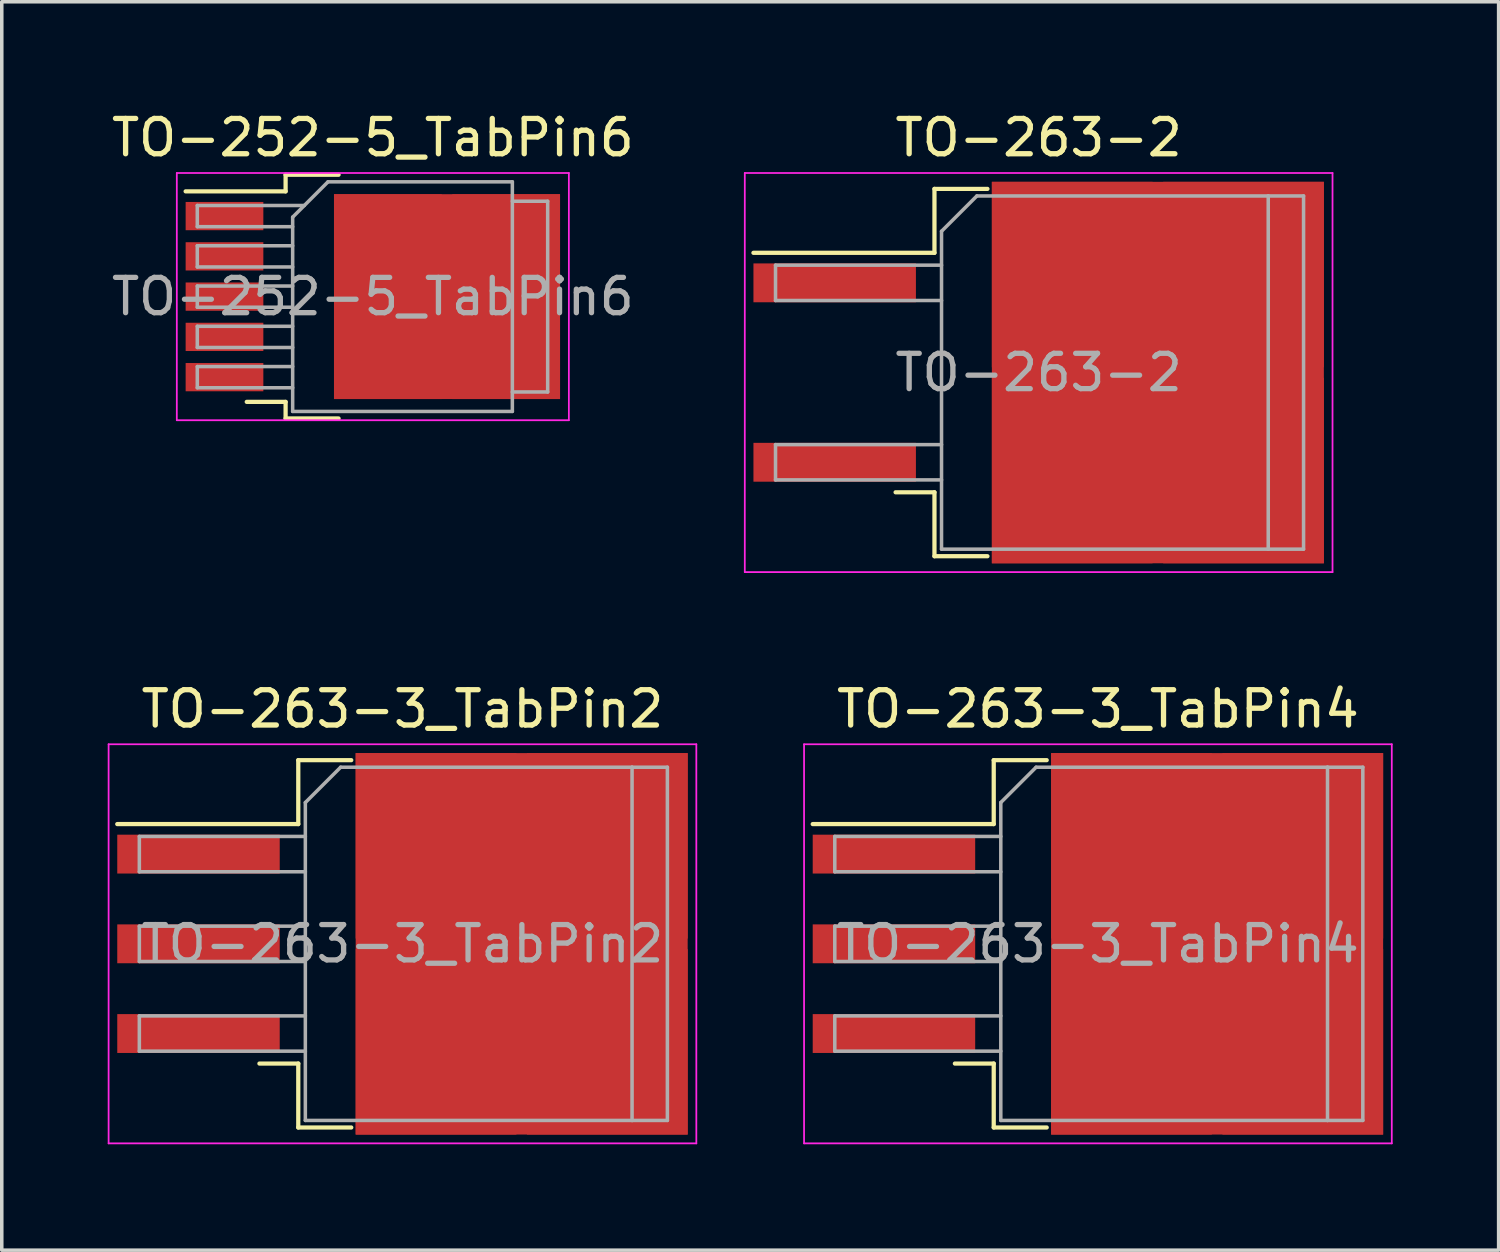
<source format=kicad_pcb>
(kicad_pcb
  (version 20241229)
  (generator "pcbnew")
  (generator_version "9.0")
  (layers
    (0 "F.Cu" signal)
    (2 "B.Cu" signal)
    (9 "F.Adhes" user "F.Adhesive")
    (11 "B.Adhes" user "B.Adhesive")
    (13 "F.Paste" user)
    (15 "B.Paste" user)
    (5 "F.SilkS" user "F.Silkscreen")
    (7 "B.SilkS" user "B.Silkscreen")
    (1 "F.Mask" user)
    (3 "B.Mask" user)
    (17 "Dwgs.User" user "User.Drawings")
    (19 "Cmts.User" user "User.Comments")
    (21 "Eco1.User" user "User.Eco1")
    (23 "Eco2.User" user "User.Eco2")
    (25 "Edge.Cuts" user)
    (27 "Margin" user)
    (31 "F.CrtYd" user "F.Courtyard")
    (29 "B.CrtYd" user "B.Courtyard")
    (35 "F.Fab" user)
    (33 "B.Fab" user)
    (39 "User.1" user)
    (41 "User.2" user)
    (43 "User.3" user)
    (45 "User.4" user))
  (footprint "TO-252-5_TabPin6"
    (layer "F.Cu")
    (at 7.506 5.348)
    (property "Reference" "TO-252-5_TabPin6" (at 0 -4.5 0) (layer "F.SilkS") (effects (font (size 1 1) (thickness 0.15))))
    (attr smd)
    (fp_line (start -2.47 -3.45) (end -2.47 -2.98) (stroke (width 0.12) (type solid)) (layer "F.SilkS"))
    (fp_line (start -2.47 -2.98) (end -5.3 -2.98) (stroke (width 0.12) (type solid)) (layer "F.SilkS"))
    (fp_line (start -2.47 2.98) (end -3.57 2.98) (stroke (width 0.12) (type solid)) (layer "F.SilkS"))
    (fp_line (start -2.47 3.45) (end -2.47 2.98) (stroke (width 0.12) (type solid)) (layer "F.SilkS"))
    (fp_line (start -0.97 -3.45) (end -2.47 -3.45) (stroke (width 0.12) (type solid)) (layer "F.SilkS"))
    (fp_line (start -0.97 3.45) (end -2.47 3.45) (stroke (width 0.12) (type solid)) (layer "F.SilkS"))
    (fp_line (start -5.55 -3.5) (end -5.55 3.5) (stroke (width 0.05) (type solid)) (layer "F.CrtYd"))
    (fp_line (start -5.55 3.5) (end 5.55 3.5) (stroke (width 0.05) (type solid)) (layer "F.CrtYd"))
    (fp_line (start 5.55 -3.5) (end -5.55 -3.5) (stroke (width 0.05) (type solid)) (layer "F.CrtYd"))
    (fp_line (start 5.55 3.5) (end 5.55 -3.5) (stroke (width 0.05) (type solid)) (layer "F.CrtYd"))
    (fp_line (start -4.97 -2.58) (end -4.97 -1.98) (stroke (width 0.1) (type solid)) (layer "F.Fab"))
    (fp_line (start -4.97 -1.98) (end -2.27 -1.98) (stroke (width 0.1) (type solid)) (layer "F.Fab"))
    (fp_line (start -4.97 -1.44) (end -4.97 -0.84) (stroke (width 0.1) (type solid)) (layer "F.Fab"))
    (fp_line (start -4.97 -0.84) (end -2.27 -0.84) (stroke (width 0.1) (type solid)) (layer "F.Fab"))
    (fp_line (start -4.97 -0.3) (end -4.97 0.3) (stroke (width 0.1) (type solid)) (layer "F.Fab"))
    (fp_line (start -4.97 0.3) (end -2.27 0.3) (stroke (width 0.1) (type solid)) (layer "F.Fab"))
    (fp_line (start -4.97 0.84) (end -4.97 1.44) (stroke (width 0.1) (type solid)) (layer "F.Fab"))
    (fp_line (start -4.97 1.44) (end -2.27 1.44) (stroke (width 0.1) (type solid)) (layer "F.Fab"))
    (fp_line (start -4.97 1.98) (end -4.97 2.58) (stroke (width 0.1) (type solid)) (layer "F.Fab"))
    (fp_line (start -4.97 2.58) (end -2.27 2.58) (stroke (width 0.1) (type solid)) (layer "F.Fab"))
    (fp_line (start -2.27 -2.25) (end -1.27 -3.25) (stroke (width 0.1) (type solid)) (layer "F.Fab"))
    (fp_line (start -2.27 -1.44) (end -4.97 -1.44) (stroke (width 0.1) (type solid)) (layer "F.Fab"))
    (fp_line (start -2.27 -0.3) (end -4.97 -0.3) (stroke (width 0.1) (type solid)) (layer "F.Fab"))
    (fp_line (start -2.27 0.84) (end -4.97 0.84) (stroke (width 0.1) (type solid)) (layer "F.Fab"))
    (fp_line (start -2.27 1.98) (end -4.97 1.98) (stroke (width 0.1) (type solid)) (layer "F.Fab"))
    (fp_line (start -2.27 3.25) (end -2.27 -2.25) (stroke (width 0.1) (type solid)) (layer "F.Fab"))
    (fp_line (start -1.94 -2.58) (end -4.97 -2.58) (stroke (width 0.1) (type solid)) (layer "F.Fab"))
    (fp_line (start -1.27 -3.25) (end 3.95 -3.25) (stroke (width 0.1) (type solid)) (layer "F.Fab"))
    (fp_line (start 3.95 -3.25) (end 3.95 3.25) (stroke (width 0.1) (type solid)) (layer "F.Fab"))
    (fp_line (start 3.95 -2.7) (end 4.95 -2.7) (stroke (width 0.1) (type solid)) (layer "F.Fab"))
    (fp_line (start 3.95 3.25) (end -2.27 3.25) (stroke (width 0.1) (type solid)) (layer "F.Fab"))
    (fp_line (start 4.95 -2.7) (end 4.95 2.7) (stroke (width 0.1) (type solid)) (layer "F.Fab"))
    (fp_line (start 4.95 2.7) (end 3.95 2.7) (stroke (width 0.1) (type solid)) (layer "F.Fab"))
    (fp_text user "${REFERENCE}" (at 0 0 0) (layer "F.Fab") (effects (font (size 1 1) (thickness 0.15))))
    (pad "1" smd rect (at -4.2 -2.28) (size 2.2 0.8) (layers "F.Cu" "F.Mask" "F.Paste"))
    (pad "2" smd rect (at -4.2 -1.14) (size 2.2 0.8) (layers "F.Cu" "F.Mask" "F.Paste"))
    (pad "3" smd rect (at -4.2 0) (size 2.2 0.8) (layers "F.Cu" "F.Mask" "F.Paste"))
    (pad "4" smd rect (at -4.2 1.14) (size 2.2 0.8) (layers "F.Cu" "F.Mask" "F.Paste"))
    (pad "5" smd rect (at -4.2 2.28) (size 2.2 0.8) (layers "F.Cu" "F.Mask" "F.Paste"))
    (pad "6" smd rect (at 0.425 -1.525) (size 3.05 2.75) (layers "F.Cu" "F.Paste"))
    (pad "6" smd rect (at 0.425 1.525) (size 3.05 2.75) (layers "F.Cu" "F.Paste"))
    (pad "6" smd rect (at 2.1 0) (size 6.4 5.8) (layers "F.Cu" "F.Mask"))
    (pad "6" smd rect (at 3.775 -1.525) (size 3.05 2.75) (layers "F.Cu" "F.Paste"))
    (pad "6" smd rect (at 3.775 1.525) (size 3.05 2.75) (layers "F.Cu" "F.Paste")))
  (footprint "TO-263-3_TabPin2"
    (layer "F.Cu")
    (at 8.345 23.672)
    (property "Reference" "TO-263-3_TabPin2" (at 0 -6.65 0) (layer "F.SilkS") (effects (font (size 1 1) (thickness 0.15))))
    (attr smd)
    (fp_line (start -2.95 -5.2) (end -2.95 -3.39) (stroke (width 0.12) (type solid)) (layer "F.SilkS"))
    (fp_line (start -2.95 -3.39) (end -8.075 -3.39) (stroke (width 0.12) (type solid)) (layer "F.SilkS"))
    (fp_line (start -2.95 3.39) (end -4.05 3.39) (stroke (width 0.12) (type solid)) (layer "F.SilkS"))
    (fp_line (start -2.95 5.2) (end -2.95 3.39) (stroke (width 0.12) (type solid)) (layer "F.SilkS"))
    (fp_line (start -1.45 -5.2) (end -2.95 -5.2) (stroke (width 0.12) (type solid)) (layer "F.SilkS"))
    (fp_line (start -1.45 5.2) (end -2.95 5.2) (stroke (width 0.12) (type solid)) (layer "F.SilkS"))
    (fp_line (start -8.32 -5.65) (end -8.32 5.65) (stroke (width 0.05) (type solid)) (layer "F.CrtYd"))
    (fp_line (start -8.32 5.65) (end 8.32 5.65) (stroke (width 0.05) (type solid)) (layer "F.CrtYd"))
    (fp_line (start 8.32 -5.65) (end -8.32 -5.65) (stroke (width 0.05) (type solid)) (layer "F.CrtYd"))
    (fp_line (start 8.32 5.65) (end 8.32 -5.65) (stroke (width 0.05) (type solid)) (layer "F.CrtYd"))
    (fp_line (start -7.45 -3.04) (end -7.45 -2.04) (stroke (width 0.1) (type solid)) (layer "F.Fab"))
    (fp_line (start -7.45 -2.04) (end -2.75 -2.04) (stroke (width 0.1) (type solid)) (layer "F.Fab"))
    (fp_line (start -7.45 -0.5) (end -7.45 0.5) (stroke (width 0.1) (type solid)) (layer "F.Fab"))
    (fp_line (start -7.45 0.5) (end -2.75 0.5) (stroke (width 0.1) (type solid)) (layer "F.Fab"))
    (fp_line (start -7.45 2.04) (end -7.45 3.04) (stroke (width 0.1) (type solid)) (layer "F.Fab"))
    (fp_line (start -7.45 3.04) (end -2.75 3.04) (stroke (width 0.1) (type solid)) (layer "F.Fab"))
    (fp_line (start -2.75 -4) (end -1.75 -5) (stroke (width 0.1) (type solid)) (layer "F.Fab"))
    (fp_line (start -2.75 -3.04) (end -7.45 -3.04) (stroke (width 0.1) (type solid)) (layer "F.Fab"))
    (fp_line (start -2.75 -0.5) (end -7.45 -0.5) (stroke (width 0.1) (type solid)) (layer "F.Fab"))
    (fp_line (start -2.75 2.04) (end -7.45 2.04) (stroke (width 0.1) (type solid)) (layer "F.Fab"))
    (fp_line (start -2.75 5) (end -2.75 -4) (stroke (width 0.1) (type solid)) (layer "F.Fab"))
    (fp_line (start -1.75 -5) (end 6.5 -5) (stroke (width 0.1) (type solid)) (layer "F.Fab"))
    (fp_line (start 6.5 -5) (end 6.5 5) (stroke (width 0.1) (type solid)) (layer "F.Fab"))
    (fp_line (start 6.5 -5) (end 7.5 -5) (stroke (width 0.1) (type solid)) (layer "F.Fab"))
    (fp_line (start 6.5 5) (end -2.75 5) (stroke (width 0.1) (type solid)) (layer "F.Fab"))
    (fp_line (start 7.5 -5) (end 7.5 5) (stroke (width 0.1) (type solid)) (layer "F.Fab"))
    (fp_line (start 7.5 5) (end 6.5 5) (stroke (width 0.1) (type solid)) (layer "F.Fab"))
    (fp_text user "${REFERENCE}" (at 0 0 0) (layer "F.Fab") (effects (font (size 1 1) (thickness 0.15))))
    (pad "1" smd rect (at -5.775 -2.54) (size 4.6 1.1) (layers "F.Cu" "F.Mask" "F.Paste"))
    (pad "2" smd rect (at -5.775 0) (size 4.6 1.1) (layers "F.Cu" "F.Mask" "F.Paste"))
    (pad "2" smd rect (at 0.95 -2.775) (size 4.55 5.25) (layers "F.Cu" "F.Paste"))
    (pad "2" smd rect (at 0.95 2.775) (size 4.55 5.25) (layers "F.Cu" "F.Paste"))
    (pad "2" smd rect (at 3.375 0) (size 9.4 10.8) (layers "F.Cu" "F.Mask"))
    (pad "2" smd rect (at 5.8 -2.775) (size 4.55 5.25) (layers "F.Cu" "F.Paste"))
    (pad "2" smd rect (at 5.8 2.775) (size 4.55 5.25) (layers "F.Cu" "F.Paste"))
    (pad "3" smd rect (at -5.775 2.54) (size 4.6 1.1) (layers "F.Cu" "F.Mask" "F.Paste")))
  (footprint "TO-263-2"
    (layer "F.Cu")
    (at 26.357 7.498)
    (property "Reference" "TO-263-2" (at 0 -6.65 0) (layer "F.SilkS") (effects (font (size 1 1) (thickness 0.15))))
    (attr smd)
    (fp_line (start -2.95 -5.2) (end -2.95 -3.39) (stroke (width 0.12) (type solid)) (layer "F.SilkS"))
    (fp_line (start -2.95 -3.39) (end -8.075 -3.39) (stroke (width 0.12) (type solid)) (layer "F.SilkS"))
    (fp_line (start -2.95 3.39) (end -4.05 3.39) (stroke (width 0.12) (type solid)) (layer "F.SilkS"))
    (fp_line (start -2.95 5.2) (end -2.95 3.39) (stroke (width 0.12) (type solid)) (layer "F.SilkS"))
    (fp_line (start -1.45 -5.2) (end -2.95 -5.2) (stroke (width 0.12) (type solid)) (layer "F.SilkS"))
    (fp_line (start -1.45 5.2) (end -2.95 5.2) (stroke (width 0.12) (type solid)) (layer "F.SilkS"))
    (fp_line (start -8.32 -5.65) (end -8.32 5.65) (stroke (width 0.05) (type solid)) (layer "F.CrtYd"))
    (fp_line (start -8.32 5.65) (end 8.32 5.65) (stroke (width 0.05) (type solid)) (layer "F.CrtYd"))
    (fp_line (start 8.32 -5.65) (end -8.32 -5.65) (stroke (width 0.05) (type solid)) (layer "F.CrtYd"))
    (fp_line (start 8.32 5.65) (end 8.32 -5.65) (stroke (width 0.05) (type solid)) (layer "F.CrtYd"))
    (fp_line (start -7.45 -3.04) (end -7.45 -2.04) (stroke (width 0.1) (type solid)) (layer "F.Fab"))
    (fp_line (start -7.45 -2.04) (end -2.75 -2.04) (stroke (width 0.1) (type solid)) (layer "F.Fab"))
    (fp_line (start -7.45 2.04) (end -7.45 3.04) (stroke (width 0.1) (type solid)) (layer "F.Fab"))
    (fp_line (start -7.45 3.04) (end -2.75 3.04) (stroke (width 0.1) (type solid)) (layer "F.Fab"))
    (fp_line (start -2.75 -4) (end -1.75 -5) (stroke (width 0.1) (type solid)) (layer "F.Fab"))
    (fp_line (start -2.75 -3.04) (end -7.45 -3.04) (stroke (width 0.1) (type solid)) (layer "F.Fab"))
    (fp_line (start -2.75 2.04) (end -7.45 2.04) (stroke (width 0.1) (type solid)) (layer "F.Fab"))
    (fp_line (start -2.75 5) (end -2.75 -4) (stroke (width 0.1) (type solid)) (layer "F.Fab"))
    (fp_line (start -1.75 -5) (end 6.5 -5) (stroke (width 0.1) (type solid)) (layer "F.Fab"))
    (fp_line (start 6.5 -5) (end 6.5 5) (stroke (width 0.1) (type solid)) (layer "F.Fab"))
    (fp_line (start 6.5 -5) (end 7.5 -5) (stroke (width 0.1) (type solid)) (layer "F.Fab"))
    (fp_line (start 6.5 5) (end -2.75 5) (stroke (width 0.1) (type solid)) (layer "F.Fab"))
    (fp_line (start 7.5 -5) (end 7.5 5) (stroke (width 0.1) (type solid)) (layer "F.Fab"))
    (fp_line (start 7.5 5) (end 6.5 5) (stroke (width 0.1) (type solid)) (layer "F.Fab"))
    (fp_text user "${REFERENCE}" (at 0 0 0) (layer "F.Fab") (effects (font (size 1 1) (thickness 0.15))))
    (pad "1" smd rect (at -5.775 -2.54) (size 4.6 1.1) (layers "F.Cu" "F.Mask" "F.Paste"))
    (pad "2" smd rect (at 0.95 -2.775) (size 4.55 5.25) (layers "F.Cu" "F.Paste"))
    (pad "2" smd rect (at 0.95 2.775) (size 4.55 5.25) (layers "F.Cu" "F.Paste"))
    (pad "2" smd rect (at 3.375 0) (size 9.4 10.8) (layers "F.Cu" "F.Mask"))
    (pad "2" smd rect (at 5.8 -2.775) (size 4.55 5.25) (layers "F.Cu" "F.Paste"))
    (pad "2" smd rect (at 5.8 2.775) (size 4.55 5.25) (layers "F.Cu" "F.Paste"))
    (pad "3" smd rect (at -5.775 2.54) (size 4.6 1.1) (layers "F.Cu" "F.Mask" "F.Paste")))
  (footprint "TO-263-3_TabPin4"
    (layer "F.Cu")
    (at 28.035 23.672)
    (property "Reference" "TO-263-3_TabPin4" (at 0 -6.65 0) (layer "F.SilkS") (effects (font (size 1 1) (thickness 0.15))))
    (attr smd)
    (fp_line (start -2.95 -5.2) (end -2.95 -3.39) (stroke (width 0.12) (type solid)) (layer "F.SilkS"))
    (fp_line (start -2.95 -3.39) (end -8.075 -3.39) (stroke (width 0.12) (type solid)) (layer "F.SilkS"))
    (fp_line (start -2.95 3.39) (end -4.05 3.39) (stroke (width 0.12) (type solid)) (layer "F.SilkS"))
    (fp_line (start -2.95 5.2) (end -2.95 3.39) (stroke (width 0.12) (type solid)) (layer "F.SilkS"))
    (fp_line (start -1.45 -5.2) (end -2.95 -5.2) (stroke (width 0.12) (type solid)) (layer "F.SilkS"))
    (fp_line (start -1.45 5.2) (end -2.95 5.2) (stroke (width 0.12) (type solid)) (layer "F.SilkS"))
    (fp_line (start -8.32 -5.65) (end -8.32 5.65) (stroke (width 0.05) (type solid)) (layer "F.CrtYd"))
    (fp_line (start -8.32 5.65) (end 8.32 5.65) (stroke (width 0.05) (type solid)) (layer "F.CrtYd"))
    (fp_line (start 8.32 -5.65) (end -8.32 -5.65) (stroke (width 0.05) (type solid)) (layer "F.CrtYd"))
    (fp_line (start 8.32 5.65) (end 8.32 -5.65) (stroke (width 0.05) (type solid)) (layer "F.CrtYd"))
    (fp_line (start -7.45 -3.04) (end -7.45 -2.04) (stroke (width 0.1) (type solid)) (layer "F.Fab"))
    (fp_line (start -7.45 -2.04) (end -2.75 -2.04) (stroke (width 0.1) (type solid)) (layer "F.Fab"))
    (fp_line (start -7.45 -0.5) (end -7.45 0.5) (stroke (width 0.1) (type solid)) (layer "F.Fab"))
    (fp_line (start -7.45 0.5) (end -2.75 0.5) (stroke (width 0.1) (type solid)) (layer "F.Fab"))
    (fp_line (start -7.45 2.04) (end -7.45 3.04) (stroke (width 0.1) (type solid)) (layer "F.Fab"))
    (fp_line (start -7.45 3.04) (end -2.75 3.04) (stroke (width 0.1) (type solid)) (layer "F.Fab"))
    (fp_line (start -2.75 -4) (end -1.75 -5) (stroke (width 0.1) (type solid)) (layer "F.Fab"))
    (fp_line (start -2.75 -3.04) (end -7.45 -3.04) (stroke (width 0.1) (type solid)) (layer "F.Fab"))
    (fp_line (start -2.75 -0.5) (end -7.45 -0.5) (stroke (width 0.1) (type solid)) (layer "F.Fab"))
    (fp_line (start -2.75 2.04) (end -7.45 2.04) (stroke (width 0.1) (type solid)) (layer "F.Fab"))
    (fp_line (start -2.75 5) (end -2.75 -4) (stroke (width 0.1) (type solid)) (layer "F.Fab"))
    (fp_line (start -1.75 -5) (end 6.5 -5) (stroke (width 0.1) (type solid)) (layer "F.Fab"))
    (fp_line (start 6.5 -5) (end 6.5 5) (stroke (width 0.1) (type solid)) (layer "F.Fab"))
    (fp_line (start 6.5 -5) (end 7.5 -5) (stroke (width 0.1) (type solid)) (layer "F.Fab"))
    (fp_line (start 6.5 5) (end -2.75 5) (stroke (width 0.1) (type solid)) (layer "F.Fab"))
    (fp_line (start 7.5 -5) (end 7.5 5) (stroke (width 0.1) (type solid)) (layer "F.Fab"))
    (fp_line (start 7.5 5) (end 6.5 5) (stroke (width 0.1) (type solid)) (layer "F.Fab"))
    (fp_text user "${REFERENCE}" (at 0 0 0) (layer "F.Fab") (effects (font (size 1 1) (thickness 0.15))))
    (pad "1" smd rect (at -5.775 -2.54) (size 4.6 1.1) (layers "F.Cu" "F.Mask" "F.Paste"))
    (pad "2" smd rect (at -5.775 0) (size 4.6 1.1) (layers "F.Cu" "F.Mask" "F.Paste"))
    (pad "3" smd rect (at -5.775 2.54) (size 4.6 1.1) (layers "F.Cu" "F.Mask" "F.Paste"))
    (pad "4" smd rect (at 0.95 -2.775) (size 4.55 5.25) (layers "F.Cu" "F.Paste"))
    (pad "4" smd rect (at 0.95 2.775) (size 4.55 5.25) (layers "F.Cu" "F.Paste"))
    (pad "4" smd rect (at 3.375 0) (size 9.4 10.8) (layers "F.Cu" "F.Mask"))
    (pad "4" smd rect (at 5.8 -2.775) (size 4.55 5.25) (layers "F.Cu" "F.Paste"))
    (pad "4" smd rect (at 5.8 2.775) (size 4.55 5.25) (layers "F.Cu" "F.Paste")))
  (gr_rect
    (start -3 -3)
    (end 39.38 32.346)
    (stroke (width 0.1) (type default))
    (fill no)
    (layer "Edge.Cuts")))
</source>
